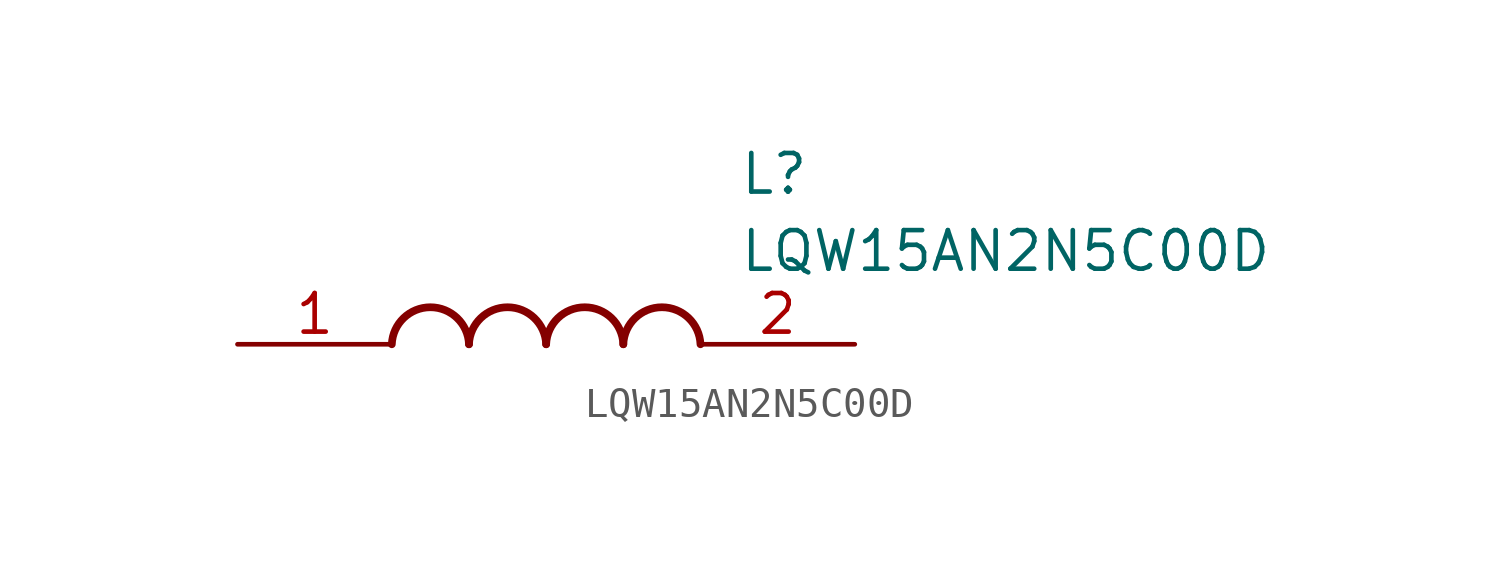
<source format=kicad_sym>
(kicad_symbol_lib
  (version 20211014)
  (generator SamacSys_ECAD_Model)
  (symbol "LQW15AN2N5C00D"
    (pin_names hide)
    (property "Reference" "L"
      (at 16.51 6.35 0)
      (effects (font (size 1.27 1.27)) (justify left top)))
    (property "Value" "LQW15AN2N5C00D"
      (at 16.51 3.81 0)
      (effects (font (size 1.27 1.27)) (justify left top)))
    (arc
      (start 7.62 0)
      (mid 6.35 1.219)
      (end 5.08 0)
      (stroke (width 0.254) (type default))
      (fill (type none)))
    (arc
      (start 10.16 0)
      (mid 8.89 1.219)
      (end 7.62 0)
      (stroke (width 0.254) (type default))
      (fill (type none)))
    (arc
      (start 12.7 0)
      (mid 11.43 1.219)
      (end 10.16 0)
      (stroke (width 0.254) (type default))
      (fill (type none)))
    (arc
      (start 15.24 0)
      (mid 13.97 1.219)
      (end 12.7 0)
      (stroke (width 0.254) (type default))
      (fill (type none)))
    (pin passive line
      (at 0 0 0)
      (length 5.08)
      (name "1" (effects (font (size 1.27 1.27))))
      (number "1" (effects (font (size 1.27 1.27)))))
    (pin passive line
      (at 20.32 0 180)
      (length 5.08)
      (name "2" (effects (font (size 1.27 1.27))))
      (number "2" (effects (font (size 1.27 1.27)))))))
</source>
